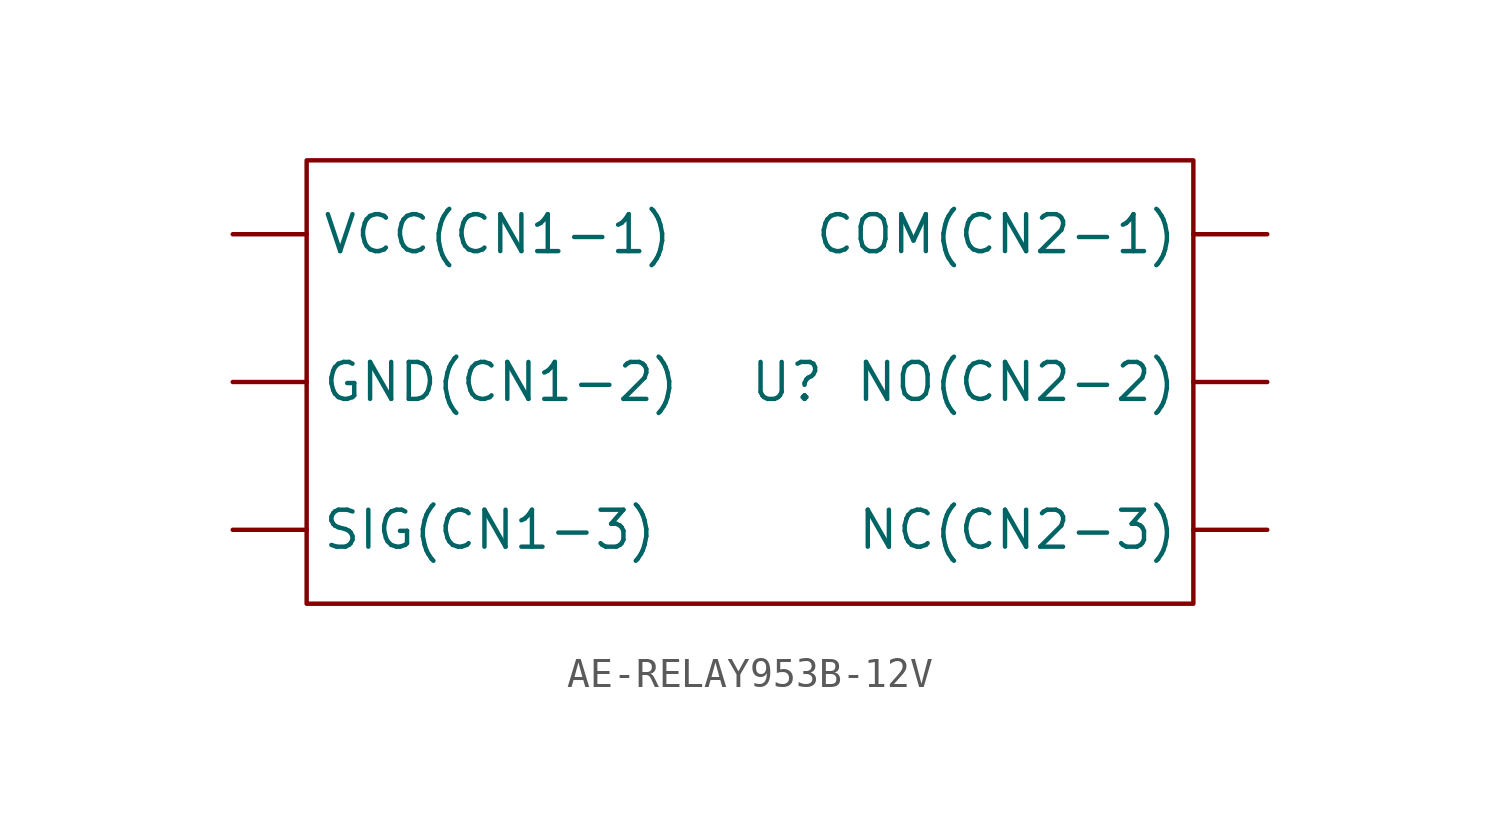
<source format=kicad_sym>
(kicad_symbol_lib
  (version 20231120)
  (generator "kicad_symbol_editor")
  (generator_version "8.0")
  (symbol "AE-RELAY953B-12V"
    (property "Reference" "U"
      (at 0 0 0)
      (effects (font (size 1.27 1.27))))
    (property "Value" ""
      (at 0 0 0)
      (effects (font (size 1.27 1.27))))
    (symbol "AE-RELAY953B-12V_0_1"
      (rectangle (start -16.51 7.62) (end 13.97 -7.62) (stroke (width 0) (type default)) (fill (type none))))
    (symbol "AE-RELAY953B-12V_1_1"
      (pin input line (at 16.51 5.08 180) (length 2.54) (name "COM(CN2-1)" (effects (font (size 1.27 1.27)))) (number "" (effects (font (size 1.27 1.27)))))
      (pin input line (at -19.05 0 0) (length 2.54) (name "GND(CN1-2)" (effects (font (size 1.27 1.27)))) (number "" (effects (font (size 1.27 1.27)))))
      (pin input line (at 16.51 -5.08 180) (length 2.54) (name "NC(CN2-3)" (effects (font (size 1.27 1.27)))) (number "" (effects (font (size 1.27 1.27)))))
      (pin input line (at 16.51 0 180) (length 2.54) (name "NO(CN2-2)" (effects (font (size 1.27 1.27)))) (number "" (effects (font (size 1.27 1.27)))))
      (pin input line (at -19.05 -5.08 0) (length 2.54) (name "SIG(CN1-3)" (effects (font (size 1.27 1.27)))) (number "" (effects (font (size 1.27 1.27)))))
      (pin input line (at -19.05 5.08 0) (length 2.54) (name "VCC(CN1-1)" (effects (font (size 1.27 1.27)))) (number "" (effects (font (size 1.27 1.27))))))))
</source>
